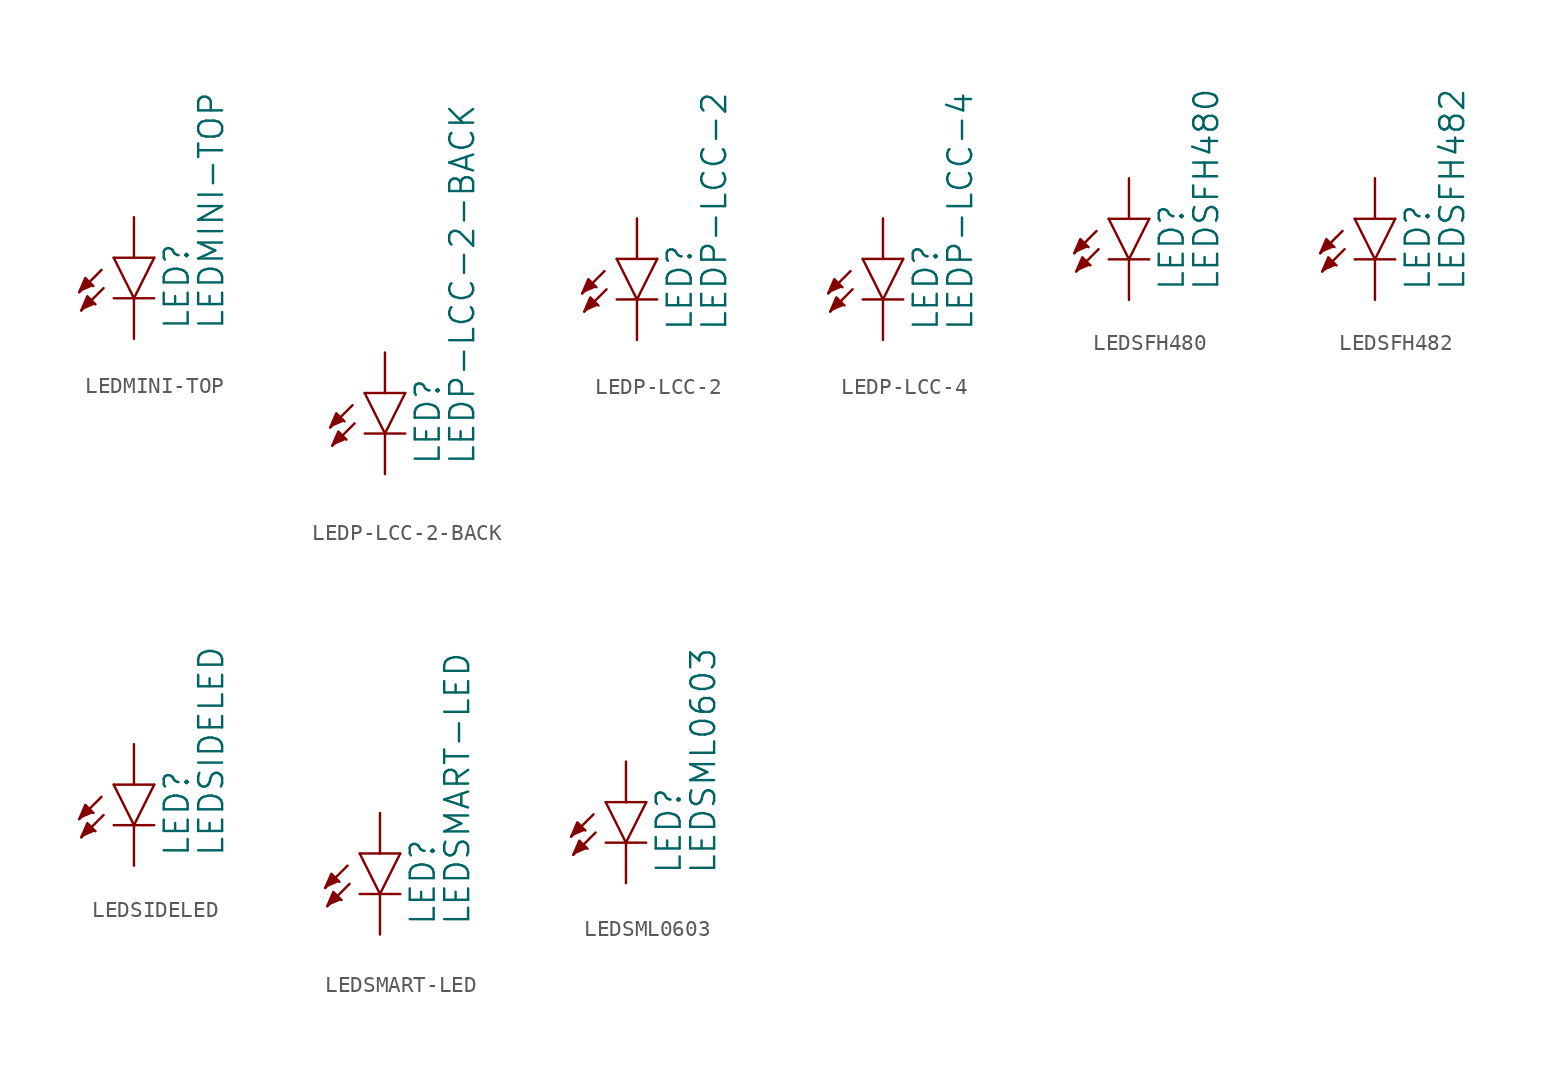
<source format=kicad_sym>
(kicad_symbol_lib
  (version 20211014)
  (generator kicad_symbol_editor)
  (symbol "LEDMINI-TOP"
    (pin_names
      (offset 1.016))
    (property "Reference" "LED"
      (at 3.556 -4.572 90)
      (effects (font (size 1.499 1.499)) (justify left bottom)))
    (property "Value" "LEDMINI-TOP"
      (at 5.715 -4.572 90)
      (effects (font (size 1.499 1.499)) (justify left bottom)))
    (property "ki_locked" ""
      (at 0 0 0)
      (effects (font (size 1.27 1.27))))
    (symbol "LEDMINI-TOP_1_0"
      (polyline (pts (xy -2.032 -0.762) (xy -3.429 -2.159)) (stroke (width 0) (type default) (color 0 0 0 0)) (fill (type none)))
      (polyline (pts (xy -1.905 -1.905) (xy -3.302 -3.302)) (stroke (width 0) (type default) (color 0 0 0 0)) (fill (type none)))
      (polyline (pts (xy 0 -2.54) (xy -1.27 -2.54)) (stroke (width 0) (type default) (color 0 0 0 0)) (fill (type none)))
      (polyline (pts (xy 0 -2.54) (xy -1.27 0)) (stroke (width 0) (type default) (color 0 0 0 0)) (fill (type none)))
      (polyline (pts (xy 0 0) (xy -1.27 0)) (stroke (width 0) (type default) (color 0 0 0 0)) (fill (type none)))
      (polyline (pts (xy 1.27 -2.54) (xy 0 -2.54)) (stroke (width 0) (type default) (color 0 0 0 0)) (fill (type none)))
      (polyline (pts (xy 1.27 0) (xy 0 -2.54)) (stroke (width 0) (type default) (color 0 0 0 0)) (fill (type none)))
      (polyline (pts (xy 1.27 0) (xy 0 0)) (stroke (width 0) (type default) (color 0 0 0 0)) (fill (type none)))
      (polyline (pts (xy -3.429 -2.159) (xy -3.048 -1.27) (xy -2.54 -1.778)) (stroke (width 0) (type default) (color 0 0 0 0)) (fill (type outline)))
      (polyline (pts (xy -3.302 -3.302) (xy -2.921 -2.413) (xy -2.413 -2.921)) (stroke (width 0) (type default) (color 0 0 0 0)) (fill (type outline)))
      (pin passive line (at 0 2.54 270) (length 2.54) (name "A" (effects (font (size 0 0)))) (number "A" (effects (font (size 0 0)))))
      (pin passive line (at 0 -5.08 90) (length 2.54) (name "C" (effects (font (size 0 0)))) (number "C" (effects (font (size 0 0)))))))
  (symbol "LEDP-LCC-2-BACK"
    (pin_names
      (offset 1.016))
    (property "Reference" "LED"
      (at 3.556 -4.572 90)
      (effects (font (size 1.499 1.499)) (justify left bottom)))
    (property "Value" "LEDP-LCC-2-BACK"
      (at 5.715 -4.572 90)
      (effects (font (size 1.499 1.499)) (justify left bottom)))
    (property "ki_locked" ""
      (at 0 0 0)
      (effects (font (size 1.27 1.27))))
    (symbol "LEDP-LCC-2-BACK_1_0"
      (polyline (pts (xy -2.032 -0.762) (xy -3.429 -2.159)) (stroke (width 0) (type default) (color 0 0 0 0)) (fill (type none)))
      (polyline (pts (xy -1.905 -1.905) (xy -3.302 -3.302)) (stroke (width 0) (type default) (color 0 0 0 0)) (fill (type none)))
      (polyline (pts (xy 0 -2.54) (xy -1.27 -2.54)) (stroke (width 0) (type default) (color 0 0 0 0)) (fill (type none)))
      (polyline (pts (xy 0 -2.54) (xy -1.27 0)) (stroke (width 0) (type default) (color 0 0 0 0)) (fill (type none)))
      (polyline (pts (xy 0 0) (xy -1.27 0)) (stroke (width 0) (type default) (color 0 0 0 0)) (fill (type none)))
      (polyline (pts (xy 1.27 -2.54) (xy 0 -2.54)) (stroke (width 0) (type default) (color 0 0 0 0)) (fill (type none)))
      (polyline (pts (xy 1.27 0) (xy 0 -2.54)) (stroke (width 0) (type default) (color 0 0 0 0)) (fill (type none)))
      (polyline (pts (xy 1.27 0) (xy 0 0)) (stroke (width 0) (type default) (color 0 0 0 0)) (fill (type none)))
      (polyline (pts (xy -3.429 -2.159) (xy -3.048 -1.27) (xy -2.54 -1.778)) (stroke (width 0) (type default) (color 0 0 0 0)) (fill (type outline)))
      (polyline (pts (xy -3.302 -3.302) (xy -2.921 -2.413) (xy -2.413 -2.921)) (stroke (width 0) (type default) (color 0 0 0 0)) (fill (type outline)))
      (pin passive line (at 0 2.54 270) (length 2.54) (name "A" (effects (font (size 0 0)))) (number "A" (effects (font (size 0 0)))))
      (pin passive line (at 0 -5.08 90) (length 2.54) (name "C" (effects (font (size 0 0)))) (number "C" (effects (font (size 0 0)))))))
  (symbol "LEDP-LCC-2"
    (pin_names
      (offset 1.016))
    (property "Reference" "LED"
      (at 3.556 -4.572 90)
      (effects (font (size 1.499 1.499)) (justify left bottom)))
    (property "Value" "LEDP-LCC-2"
      (at 5.715 -4.572 90)
      (effects (font (size 1.499 1.499)) (justify left bottom)))
    (property "ki_locked" ""
      (at 0 0 0)
      (effects (font (size 1.27 1.27))))
    (symbol "LEDP-LCC-2_1_0"
      (polyline (pts (xy -2.032 -0.762) (xy -3.429 -2.159)) (stroke (width 0) (type default) (color 0 0 0 0)) (fill (type none)))
      (polyline (pts (xy -1.905 -1.905) (xy -3.302 -3.302)) (stroke (width 0) (type default) (color 0 0 0 0)) (fill (type none)))
      (polyline (pts (xy 0 -2.54) (xy -1.27 -2.54)) (stroke (width 0) (type default) (color 0 0 0 0)) (fill (type none)))
      (polyline (pts (xy 0 -2.54) (xy -1.27 0)) (stroke (width 0) (type default) (color 0 0 0 0)) (fill (type none)))
      (polyline (pts (xy 0 0) (xy -1.27 0)) (stroke (width 0) (type default) (color 0 0 0 0)) (fill (type none)))
      (polyline (pts (xy 1.27 -2.54) (xy 0 -2.54)) (stroke (width 0) (type default) (color 0 0 0 0)) (fill (type none)))
      (polyline (pts (xy 1.27 0) (xy 0 -2.54)) (stroke (width 0) (type default) (color 0 0 0 0)) (fill (type none)))
      (polyline (pts (xy 1.27 0) (xy 0 0)) (stroke (width 0) (type default) (color 0 0 0 0)) (fill (type none)))
      (polyline (pts (xy -3.429 -2.159) (xy -3.048 -1.27) (xy -2.54 -1.778)) (stroke (width 0) (type default) (color 0 0 0 0)) (fill (type outline)))
      (polyline (pts (xy -3.302 -3.302) (xy -2.921 -2.413) (xy -2.413 -2.921)) (stroke (width 0) (type default) (color 0 0 0 0)) (fill (type outline)))
      (pin passive line (at 0 2.54 270) (length 2.54) (name "A" (effects (font (size 0 0)))) (number "A" (effects (font (size 0 0)))))
      (pin passive line (at 0 -5.08 90) (length 2.54) (name "C" (effects (font (size 0 0)))) (number "C" (effects (font (size 0 0)))))))
  (symbol "LEDP-LCC-4"
    (pin_names
      (offset 1.016))
    (property "Reference" "LED"
      (at 3.556 -4.572 90)
      (effects (font (size 1.499 1.499)) (justify left bottom)))
    (property "Value" "LEDP-LCC-4"
      (at 5.715 -4.572 90)
      (effects (font (size 1.499 1.499)) (justify left bottom)))
    (property "ki_locked" ""
      (at 0 0 0)
      (effects (font (size 1.27 1.27))))
    (symbol "LEDP-LCC-4_1_0"
      (polyline (pts (xy -2.032 -0.762) (xy -3.429 -2.159)) (stroke (width 0) (type default) (color 0 0 0 0)) (fill (type none)))
      (polyline (pts (xy -1.905 -1.905) (xy -3.302 -3.302)) (stroke (width 0) (type default) (color 0 0 0 0)) (fill (type none)))
      (polyline (pts (xy 0 -2.54) (xy -1.27 -2.54)) (stroke (width 0) (type default) (color 0 0 0 0)) (fill (type none)))
      (polyline (pts (xy 0 -2.54) (xy -1.27 0)) (stroke (width 0) (type default) (color 0 0 0 0)) (fill (type none)))
      (polyline (pts (xy 0 0) (xy -1.27 0)) (stroke (width 0) (type default) (color 0 0 0 0)) (fill (type none)))
      (polyline (pts (xy 1.27 -2.54) (xy 0 -2.54)) (stroke (width 0) (type default) (color 0 0 0 0)) (fill (type none)))
      (polyline (pts (xy 1.27 0) (xy 0 -2.54)) (stroke (width 0) (type default) (color 0 0 0 0)) (fill (type none)))
      (polyline (pts (xy 1.27 0) (xy 0 0)) (stroke (width 0) (type default) (color 0 0 0 0)) (fill (type none)))
      (polyline (pts (xy -3.429 -2.159) (xy -3.048 -1.27) (xy -2.54 -1.778)) (stroke (width 0) (type default) (color 0 0 0 0)) (fill (type outline)))
      (polyline (pts (xy -3.302 -3.302) (xy -2.921 -2.413) (xy -2.413 -2.921)) (stroke (width 0) (type default) (color 0 0 0 0)) (fill (type outline)))
      (pin passive line (at 0 2.54 270) (length 2.54) (name "A" (effects (font (size 0 0)))) (number "A" (effects (font (size 0 0)))))
      (pin passive line (at 0 -5.08 90) (length 2.54) (name "C" (effects (font (size 0 0)))) (number "C@4" (effects (font (size 0 0)))))))
  (symbol "LEDSFH480"
    (pin_names
      (offset 1.016))
    (property "Reference" "LED"
      (at 3.556 -4.572 90)
      (effects (font (size 1.499 1.499)) (justify left bottom)))
    (property "Value" "LEDSFH480"
      (at 5.715 -4.572 90)
      (effects (font (size 1.499 1.499)) (justify left bottom)))
    (property "ki_locked" ""
      (at 0 0 0)
      (effects (font (size 1.27 1.27))))
    (symbol "LEDSFH480_1_0"
      (polyline (pts (xy -2.032 -0.762) (xy -3.429 -2.159)) (stroke (width 0) (type default) (color 0 0 0 0)) (fill (type none)))
      (polyline (pts (xy -1.905 -1.905) (xy -3.302 -3.302)) (stroke (width 0) (type default) (color 0 0 0 0)) (fill (type none)))
      (polyline (pts (xy 0 -2.54) (xy -1.27 -2.54)) (stroke (width 0) (type default) (color 0 0 0 0)) (fill (type none)))
      (polyline (pts (xy 0 -2.54) (xy -1.27 0)) (stroke (width 0) (type default) (color 0 0 0 0)) (fill (type none)))
      (polyline (pts (xy 0 0) (xy -1.27 0)) (stroke (width 0) (type default) (color 0 0 0 0)) (fill (type none)))
      (polyline (pts (xy 1.27 -2.54) (xy 0 -2.54)) (stroke (width 0) (type default) (color 0 0 0 0)) (fill (type none)))
      (polyline (pts (xy 1.27 0) (xy 0 -2.54)) (stroke (width 0) (type default) (color 0 0 0 0)) (fill (type none)))
      (polyline (pts (xy 1.27 0) (xy 0 0)) (stroke (width 0) (type default) (color 0 0 0 0)) (fill (type none)))
      (polyline (pts (xy -3.429 -2.159) (xy -3.048 -1.27) (xy -2.54 -1.778)) (stroke (width 0) (type default) (color 0 0 0 0)) (fill (type outline)))
      (polyline (pts (xy -3.302 -3.302) (xy -2.921 -2.413) (xy -2.413 -2.921)) (stroke (width 0) (type default) (color 0 0 0 0)) (fill (type outline)))
      (pin passive line (at 0 2.54 270) (length 2.54) (name "A" (effects (font (size 0 0)))) (number "A" (effects (font (size 0 0)))))
      (pin passive line (at 0 -5.08 90) (length 2.54) (name "C" (effects (font (size 0 0)))) (number "K" (effects (font (size 0 0)))))))
  (symbol "LEDSFH482"
    (pin_names
      (offset 1.016))
    (property "Reference" "LED"
      (at 3.556 -4.572 90)
      (effects (font (size 1.499 1.499)) (justify left bottom)))
    (property "Value" "LEDSFH482"
      (at 5.715 -4.572 90)
      (effects (font (size 1.499 1.499)) (justify left bottom)))
    (property "ki_locked" ""
      (at 0 0 0)
      (effects (font (size 1.27 1.27))))
    (symbol "LEDSFH482_1_0"
      (polyline (pts (xy -2.032 -0.762) (xy -3.429 -2.159)) (stroke (width 0) (type default) (color 0 0 0 0)) (fill (type none)))
      (polyline (pts (xy -1.905 -1.905) (xy -3.302 -3.302)) (stroke (width 0) (type default) (color 0 0 0 0)) (fill (type none)))
      (polyline (pts (xy 0 -2.54) (xy -1.27 -2.54)) (stroke (width 0) (type default) (color 0 0 0 0)) (fill (type none)))
      (polyline (pts (xy 0 -2.54) (xy -1.27 0)) (stroke (width 0) (type default) (color 0 0 0 0)) (fill (type none)))
      (polyline (pts (xy 0 0) (xy -1.27 0)) (stroke (width 0) (type default) (color 0 0 0 0)) (fill (type none)))
      (polyline (pts (xy 1.27 -2.54) (xy 0 -2.54)) (stroke (width 0) (type default) (color 0 0 0 0)) (fill (type none)))
      (polyline (pts (xy 1.27 0) (xy 0 -2.54)) (stroke (width 0) (type default) (color 0 0 0 0)) (fill (type none)))
      (polyline (pts (xy 1.27 0) (xy 0 0)) (stroke (width 0) (type default) (color 0 0 0 0)) (fill (type none)))
      (polyline (pts (xy -3.429 -2.159) (xy -3.048 -1.27) (xy -2.54 -1.778)) (stroke (width 0) (type default) (color 0 0 0 0)) (fill (type outline)))
      (polyline (pts (xy -3.302 -3.302) (xy -2.921 -2.413) (xy -2.413 -2.921)) (stroke (width 0) (type default) (color 0 0 0 0)) (fill (type outline)))
      (pin passive line (at 0 2.54 270) (length 2.54) (name "A" (effects (font (size 0 0)))) (number "A" (effects (font (size 0 0)))))
      (pin passive line (at 0 -5.08 90) (length 2.54) (name "C" (effects (font (size 0 0)))) (number "K" (effects (font (size 0 0)))))))
  (symbol "LEDSIDELED"
    (pin_names
      (offset 1.016))
    (property "Reference" "LED"
      (at 3.556 -4.572 90)
      (effects (font (size 1.499 1.499)) (justify left bottom)))
    (property "Value" "LEDSIDELED"
      (at 5.715 -4.572 90)
      (effects (font (size 1.499 1.499)) (justify left bottom)))
    (property "ki_locked" ""
      (at 0 0 0)
      (effects (font (size 1.27 1.27))))
    (symbol "LEDSIDELED_1_0"
      (polyline (pts (xy -2.032 -0.762) (xy -3.429 -2.159)) (stroke (width 0) (type default) (color 0 0 0 0)) (fill (type none)))
      (polyline (pts (xy -1.905 -1.905) (xy -3.302 -3.302)) (stroke (width 0) (type default) (color 0 0 0 0)) (fill (type none)))
      (polyline (pts (xy 0 -2.54) (xy -1.27 -2.54)) (stroke (width 0) (type default) (color 0 0 0 0)) (fill (type none)))
      (polyline (pts (xy 0 -2.54) (xy -1.27 0)) (stroke (width 0) (type default) (color 0 0 0 0)) (fill (type none)))
      (polyline (pts (xy 0 0) (xy -1.27 0)) (stroke (width 0) (type default) (color 0 0 0 0)) (fill (type none)))
      (polyline (pts (xy 1.27 -2.54) (xy 0 -2.54)) (stroke (width 0) (type default) (color 0 0 0 0)) (fill (type none)))
      (polyline (pts (xy 1.27 0) (xy 0 -2.54)) (stroke (width 0) (type default) (color 0 0 0 0)) (fill (type none)))
      (polyline (pts (xy 1.27 0) (xy 0 0)) (stroke (width 0) (type default) (color 0 0 0 0)) (fill (type none)))
      (polyline (pts (xy -3.429 -2.159) (xy -3.048 -1.27) (xy -2.54 -1.778)) (stroke (width 0) (type default) (color 0 0 0 0)) (fill (type outline)))
      (polyline (pts (xy -3.302 -3.302) (xy -2.921 -2.413) (xy -2.413 -2.921)) (stroke (width 0) (type default) (color 0 0 0 0)) (fill (type outline)))
      (pin passive line (at 0 2.54 270) (length 2.54) (name "A" (effects (font (size 0 0)))) (number "A" (effects (font (size 0 0)))))
      (pin passive line (at 0 -5.08 90) (length 2.54) (name "C" (effects (font (size 0 0)))) (number "C" (effects (font (size 0 0)))))))
  (symbol "LEDSMART-LED"
    (pin_names
      (offset 1.016))
    (property "Reference" "LED"
      (at 3.556 -4.572 90)
      (effects (font (size 1.499 1.499)) (justify left bottom)))
    (property "Value" "LEDSMART-LED"
      (at 5.715 -4.572 90)
      (effects (font (size 1.499 1.499)) (justify left bottom)))
    (property "ki_locked" ""
      (at 0 0 0)
      (effects (font (size 1.27 1.27))))
    (symbol "LEDSMART-LED_1_0"
      (polyline (pts (xy -2.032 -0.762) (xy -3.429 -2.159)) (stroke (width 0) (type default) (color 0 0 0 0)) (fill (type none)))
      (polyline (pts (xy -1.905 -1.905) (xy -3.302 -3.302)) (stroke (width 0) (type default) (color 0 0 0 0)) (fill (type none)))
      (polyline (pts (xy 0 -2.54) (xy -1.27 -2.54)) (stroke (width 0) (type default) (color 0 0 0 0)) (fill (type none)))
      (polyline (pts (xy 0 -2.54) (xy -1.27 0)) (stroke (width 0) (type default) (color 0 0 0 0)) (fill (type none)))
      (polyline (pts (xy 0 0) (xy -1.27 0)) (stroke (width 0) (type default) (color 0 0 0 0)) (fill (type none)))
      (polyline (pts (xy 1.27 -2.54) (xy 0 -2.54)) (stroke (width 0) (type default) (color 0 0 0 0)) (fill (type none)))
      (polyline (pts (xy 1.27 0) (xy 0 -2.54)) (stroke (width 0) (type default) (color 0 0 0 0)) (fill (type none)))
      (polyline (pts (xy 1.27 0) (xy 0 0)) (stroke (width 0) (type default) (color 0 0 0 0)) (fill (type none)))
      (polyline (pts (xy -3.429 -2.159) (xy -3.048 -1.27) (xy -2.54 -1.778)) (stroke (width 0) (type default) (color 0 0 0 0)) (fill (type outline)))
      (polyline (pts (xy -3.302 -3.302) (xy -2.921 -2.413) (xy -2.413 -2.921)) (stroke (width 0) (type default) (color 0 0 0 0)) (fill (type outline)))
      (pin passive line (at 0 2.54 270) (length 2.54) (name "A" (effects (font (size 0 0)))) (number "A" (effects (font (size 0 0)))))
      (pin passive line (at 0 -5.08 90) (length 2.54) (name "C" (effects (font (size 0 0)))) (number "B" (effects (font (size 0 0)))))))
  (symbol "LEDSML0603"
    (pin_names
      (offset 1.016))
    (property "Reference" "LED"
      (at 3.556 -4.572 90)
      (effects (font (size 1.499 1.499)) (justify left bottom)))
    (property "Value" "LEDSML0603"
      (at 5.715 -4.572 90)
      (effects (font (size 1.499 1.499)) (justify left bottom)))
    (property "ki_locked" ""
      (at 0 0 0)
      (effects (font (size 1.27 1.27))))
    (symbol "LEDSML0603_1_0"
      (polyline (pts (xy -2.032 -0.762) (xy -3.429 -2.159)) (stroke (width 0) (type default) (color 0 0 0 0)) (fill (type none)))
      (polyline (pts (xy -1.905 -1.905) (xy -3.302 -3.302)) (stroke (width 0) (type default) (color 0 0 0 0)) (fill (type none)))
      (polyline (pts (xy 0 -2.54) (xy -1.27 -2.54)) (stroke (width 0) (type default) (color 0 0 0 0)) (fill (type none)))
      (polyline (pts (xy 0 -2.54) (xy -1.27 0)) (stroke (width 0) (type default) (color 0 0 0 0)) (fill (type none)))
      (polyline (pts (xy 0 0) (xy -1.27 0)) (stroke (width 0) (type default) (color 0 0 0 0)) (fill (type none)))
      (polyline (pts (xy 1.27 -2.54) (xy 0 -2.54)) (stroke (width 0) (type default) (color 0 0 0 0)) (fill (type none)))
      (polyline (pts (xy 1.27 0) (xy 0 -2.54)) (stroke (width 0) (type default) (color 0 0 0 0)) (fill (type none)))
      (polyline (pts (xy 1.27 0) (xy 0 0)) (stroke (width 0) (type default) (color 0 0 0 0)) (fill (type none)))
      (polyline (pts (xy -3.429 -2.159) (xy -3.048 -1.27) (xy -2.54 -1.778)) (stroke (width 0) (type default) (color 0 0 0 0)) (fill (type outline)))
      (polyline (pts (xy -3.302 -3.302) (xy -2.921 -2.413) (xy -2.413 -2.921)) (stroke (width 0) (type default) (color 0 0 0 0)) (fill (type outline)))
      (pin passive line (at 0 2.54 270) (length 2.54) (name "A" (effects (font (size 0 0)))) (number "A" (effects (font (size 0 0)))))
      (pin passive line (at 0 -5.08 90) (length 2.54) (name "C" (effects (font (size 0 0)))) (number "C" (effects (font (size 0 0))))))))
</source>
